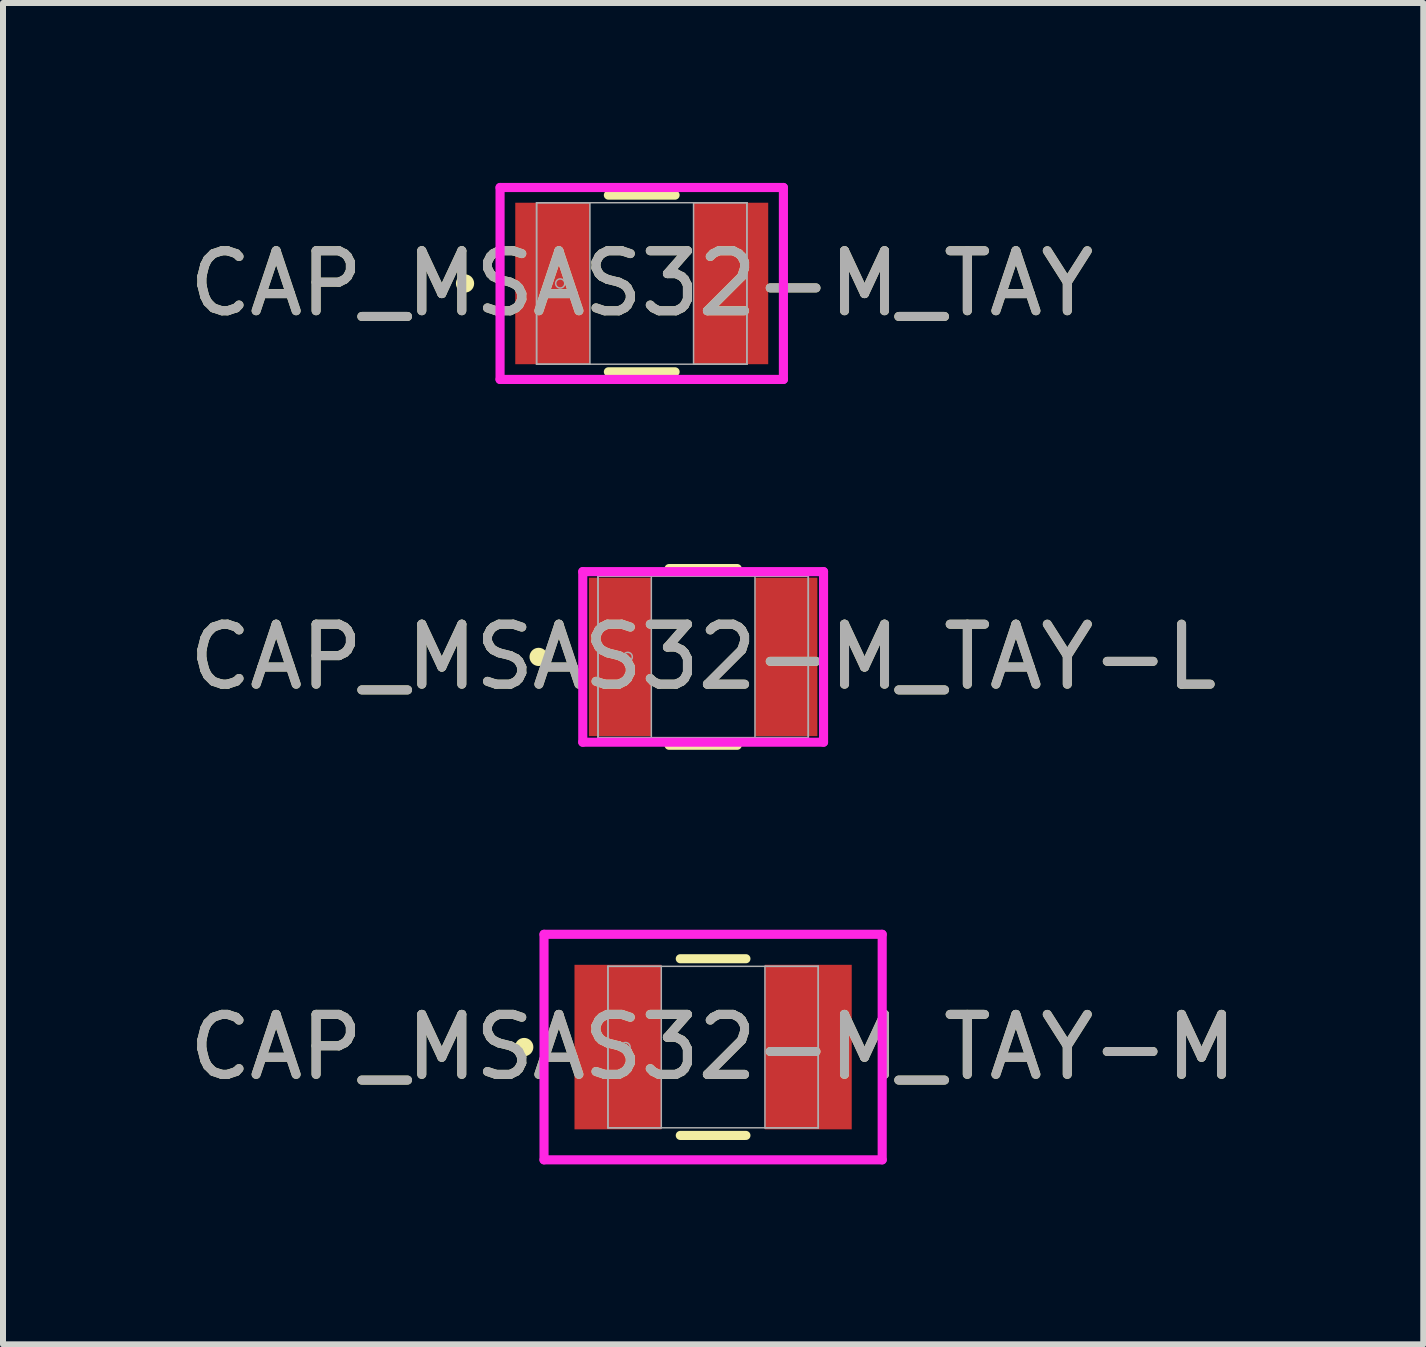
<source format=kicad_pcb>
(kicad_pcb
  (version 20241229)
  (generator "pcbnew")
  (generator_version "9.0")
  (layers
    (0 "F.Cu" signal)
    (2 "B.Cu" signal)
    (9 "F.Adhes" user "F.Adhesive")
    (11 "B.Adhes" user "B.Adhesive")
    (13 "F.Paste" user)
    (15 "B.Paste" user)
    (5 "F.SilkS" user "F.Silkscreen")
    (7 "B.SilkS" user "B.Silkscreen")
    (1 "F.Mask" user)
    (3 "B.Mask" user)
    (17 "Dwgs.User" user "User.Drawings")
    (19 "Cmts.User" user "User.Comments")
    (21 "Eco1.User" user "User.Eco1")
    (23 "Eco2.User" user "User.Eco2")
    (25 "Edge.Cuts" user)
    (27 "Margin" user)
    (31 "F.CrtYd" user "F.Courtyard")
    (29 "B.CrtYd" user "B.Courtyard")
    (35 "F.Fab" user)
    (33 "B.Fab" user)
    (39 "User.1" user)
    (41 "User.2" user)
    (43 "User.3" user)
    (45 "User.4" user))
  (footprint "CAP_MSAS32-M_TAY-M"
    (layer "F.Cu")
    (at 8.839 14.407)
    (property "Reference" "CAP_MSAS32-M_TAY-M" (at 0 0 0) (unlocked yes) (layer "F.SilkS") (effects (font (size 1 1) (thickness 0.15))))
    (attr smd)
    (fp_line (start -0.547 1.473) (end 0.547 1.473) (stroke (width 0.152) (type solid)) (layer "F.SilkS"))
    (fp_line (start 0.547 -1.473) (end -0.547 -1.473) (stroke (width 0.152) (type solid)) (layer "F.SilkS"))
    (fp_circle (center -3.15 0) (end -3.073 0) (stroke (width 0.152) (type solid)) (fill no) (layer "F.SilkS"))
    (fp_line (start -2.819 -1.88) (end 2.819 -1.88) (stroke (width 0.152) (type solid)) (layer "F.CrtYd"))
    (fp_line (start -2.819 1.88) (end -2.819 -1.88) (stroke (width 0.152) (type solid)) (layer "F.CrtYd"))
    (fp_line (start 2.819 -1.88) (end 2.819 1.88) (stroke (width 0.152) (type solid)) (layer "F.CrtYd"))
    (fp_line (start 2.819 1.88) (end -2.819 1.88) (stroke (width 0.152) (type solid)) (layer "F.CrtYd"))
    (fp_line (start -1.753 -1.346) (end -1.753 1.346) (stroke (width 0.025) (type solid)) (layer "F.Fab"))
    (fp_line (start -1.753 -1.346) (end -1.753 1.346) (stroke (width 0.025) (type solid)) (layer "F.Fab"))
    (fp_line (start -1.753 1.346) (end -0.864 1.346) (stroke (width 0.025) (type solid)) (layer "F.Fab"))
    (fp_line (start -1.753 1.346) (end 1.753 1.346) (stroke (width 0.025) (type solid)) (layer "F.Fab"))
    (fp_line (start -0.864 -1.346) (end -1.753 -1.346) (stroke (width 0.025) (type solid)) (layer "F.Fab"))
    (fp_line (start -0.864 1.346) (end -0.864 -1.346) (stroke (width 0.025) (type solid)) (layer "F.Fab"))
    (fp_line (start 0.864 -1.346) (end 0.864 1.346) (stroke (width 0.025) (type solid)) (layer "F.Fab"))
    (fp_line (start 0.864 1.346) (end 1.753 1.346) (stroke (width 0.025) (type solid)) (layer "F.Fab"))
    (fp_line (start 1.753 -1.346) (end -1.753 -1.346) (stroke (width 0.025) (type solid)) (layer "F.Fab"))
    (fp_line (start 1.753 -1.346) (end 0.864 -1.346) (stroke (width 0.025) (type solid)) (layer "F.Fab"))
    (fp_line (start 1.753 1.346) (end 1.753 -1.346) (stroke (width 0.025) (type solid)) (layer "F.Fab"))
    (fp_line (start 1.753 1.346) (end 1.753 -1.346) (stroke (width 0.025) (type solid)) (layer "F.Fab"))
    (fp_circle (center -1.46 0) (end -1.384 0) (stroke (width 0.025) (type solid)) (fill no) (layer "F.Fab"))
    (fp_text user "${REFERENCE}" (at 0 0 0) (unlocked yes) (layer "F.Fab") (effects (font (size 1 1) (thickness 0.15))))
    (pad "1" smd rect (at -1.587 0) (size 1.448 2.743) (layers "F.Cu" "F.Mask" "F.Paste"))
    (pad "2" smd rect (at 1.587 0) (size 1.448 2.743) (layers "F.Cu" "F.Mask" "F.Paste"))
    (zone (net_name "") (layer "F.Cu") (hatch full 0.508) (connect_pads) (min_thickness 0.254) (filled_areas_thickness no) (keepout (tracks not_allowed) (vias not_allowed) (pads allowed) (copperpour not_allowed) (footprints allowed)) (placement (enabled no)) (fill) (polygon (pts (xy 8.026 13.112) (xy 9.652 13.112) (xy 9.652 15.703) (xy 8.026 15.703)))))
  (footprint "CAP_MSAS32-M_TAY-L"
    (layer "F.Cu")
    (at 8.673 7.902)
    (property "Reference" "CAP_MSAS32-M_TAY-L" (at 0 0 0) (unlocked yes) (layer "F.SilkS") (effects (font (size 1 1) (thickness 0.15))))
    (attr smd)
    (fp_line (start -0.568 1.473) (end 0.568 1.473) (stroke (width 0.152) (type solid)) (layer "F.SilkS"))
    (fp_line (start 0.568 -1.473) (end -0.568 -1.473) (stroke (width 0.152) (type solid)) (layer "F.SilkS"))
    (fp_circle (center -2.743 0) (end -2.667 0) (stroke (width 0.152) (type solid)) (fill no) (layer "F.SilkS"))
    (fp_line (start -2.007 -1.422) (end 2.007 -1.422) (stroke (width 0.152) (type solid)) (layer "F.CrtYd"))
    (fp_line (start -2.007 1.422) (end -2.007 -1.422) (stroke (width 0.152) (type solid)) (layer "F.CrtYd"))
    (fp_line (start 2.007 -1.422) (end 2.007 1.422) (stroke (width 0.152) (type solid)) (layer "F.CrtYd"))
    (fp_line (start 2.007 1.422) (end -2.007 1.422) (stroke (width 0.152) (type solid)) (layer "F.CrtYd"))
    (fp_line (start -1.753 -1.346) (end -1.753 1.346) (stroke (width 0.025) (type solid)) (layer "F.Fab"))
    (fp_line (start -1.753 -1.346) (end -1.753 1.346) (stroke (width 0.025) (type solid)) (layer "F.Fab"))
    (fp_line (start -1.753 1.346) (end -0.864 1.346) (stroke (width 0.025) (type solid)) (layer "F.Fab"))
    (fp_line (start -1.753 1.346) (end 1.753 1.346) (stroke (width 0.025) (type solid)) (layer "F.Fab"))
    (fp_line (start -0.864 -1.346) (end -1.753 -1.346) (stroke (width 0.025) (type solid)) (layer "F.Fab"))
    (fp_line (start -0.864 1.346) (end -0.864 -1.346) (stroke (width 0.025) (type solid)) (layer "F.Fab"))
    (fp_line (start 0.864 -1.346) (end 0.864 1.346) (stroke (width 0.025) (type solid)) (layer "F.Fab"))
    (fp_line (start 0.864 1.346) (end 1.753 1.346) (stroke (width 0.025) (type solid)) (layer "F.Fab"))
    (fp_line (start 1.753 -1.346) (end -1.753 -1.346) (stroke (width 0.025) (type solid)) (layer "F.Fab"))
    (fp_line (start 1.753 -1.346) (end 0.864 -1.346) (stroke (width 0.025) (type solid)) (layer "F.Fab"))
    (fp_line (start 1.753 1.346) (end 1.753 -1.346) (stroke (width 0.025) (type solid)) (layer "F.Fab"))
    (fp_line (start 1.753 1.346) (end 1.753 -1.346) (stroke (width 0.025) (type solid)) (layer "F.Fab"))
    (fp_circle (center -1.257 0) (end -1.181 0) (stroke (width 0.025) (type solid)) (fill no) (layer "F.Fab"))
    (fp_text user "${REFERENCE}" (at 0 0 0) (unlocked yes) (layer "F.Fab") (effects (font (size 1 1) (thickness 0.15))))
    (pad "1" smd rect (at -1.384 0) (size 1.041 2.642) (layers "F.Cu" "F.Mask" "F.Paste"))
    (pad "2" smd rect (at 1.384 0) (size 1.041 2.642) (layers "F.Cu" "F.Mask" "F.Paste"))
    (zone (net_name "") (layer "F.Cu") (hatch full 0.508) (connect_pads) (min_thickness 0.254) (filled_areas_thickness no) (keepout (tracks not_allowed) (vias not_allowed) (pads allowed) (copperpour not_allowed) (footprints allowed)) (placement (enabled no)) (fill) (polygon (pts (xy 7.86 6.607) (xy 9.485 6.607) (xy 9.485 9.198) (xy 7.86 9.198)))))
  (footprint "CAP_MSAS32-M_TAY"
    (layer "F.Cu")
    (at 7.649 1.676)
    (property "Reference" "CAP_MSAS32-M_TAY" (at 0 0 0) (unlocked yes) (layer "F.SilkS") (effects (font (size 1 1) (thickness 0.15))))
    (attr smd)
    (fp_line (start -0.556 1.473) (end 0.556 1.473) (stroke (width 0.152) (type solid)) (layer "F.SilkS"))
    (fp_line (start 0.556 -1.473) (end -0.556 -1.473) (stroke (width 0.152) (type solid)) (layer "F.SilkS"))
    (fp_circle (center -2.946 0) (end -2.87 0) (stroke (width 0.152) (type solid)) (fill no) (layer "F.SilkS"))
    (fp_line (start -2.362 -1.6) (end 2.362 -1.6) (stroke (width 0.152) (type solid)) (layer "F.CrtYd"))
    (fp_line (start -2.362 1.6) (end -2.362 -1.6) (stroke (width 0.152) (type solid)) (layer "F.CrtYd"))
    (fp_line (start 2.362 -1.6) (end 2.362 1.6) (stroke (width 0.152) (type solid)) (layer "F.CrtYd"))
    (fp_line (start 2.362 1.6) (end -2.362 1.6) (stroke (width 0.152) (type solid)) (layer "F.CrtYd"))
    (fp_line (start -1.753 -1.346) (end -1.753 1.346) (stroke (width 0.025) (type solid)) (layer "F.Fab"))
    (fp_line (start -1.753 -1.346) (end -1.753 1.346) (stroke (width 0.025) (type solid)) (layer "F.Fab"))
    (fp_line (start -1.753 1.346) (end -0.864 1.346) (stroke (width 0.025) (type solid)) (layer "F.Fab"))
    (fp_line (start -1.753 1.346) (end 1.753 1.346) (stroke (width 0.025) (type solid)) (layer "F.Fab"))
    (fp_line (start -0.864 -1.346) (end -1.753 -1.346) (stroke (width 0.025) (type solid)) (layer "F.Fab"))
    (fp_line (start -0.864 1.346) (end -0.864 -1.346) (stroke (width 0.025) (type solid)) (layer "F.Fab"))
    (fp_line (start 0.864 -1.346) (end 0.864 1.346) (stroke (width 0.025) (type solid)) (layer "F.Fab"))
    (fp_line (start 0.864 1.346) (end 1.753 1.346) (stroke (width 0.025) (type solid)) (layer "F.Fab"))
    (fp_line (start 1.753 -1.346) (end -1.753 -1.346) (stroke (width 0.025) (type solid)) (layer "F.Fab"))
    (fp_line (start 1.753 -1.346) (end 0.864 -1.346) (stroke (width 0.025) (type solid)) (layer "F.Fab"))
    (fp_line (start 1.753 1.346) (end 1.753 -1.346) (stroke (width 0.025) (type solid)) (layer "F.Fab"))
    (fp_line (start 1.753 1.346) (end 1.753 -1.346) (stroke (width 0.025) (type solid)) (layer "F.Fab"))
    (fp_circle (center -1.359 0) (end -1.283 0) (stroke (width 0.025) (type solid)) (fill no) (layer "F.Fab"))
    (fp_text user "${REFERENCE}" (at 0 0 0) (unlocked yes) (layer "F.Fab") (effects (font (size 1 1) (thickness 0.15))))
    (pad "1" smd rect (at -1.486 0) (size 1.245 2.692) (layers "F.Cu" "F.Mask" "F.Paste"))
    (pad "2" smd rect (at 1.486 0) (size 1.245 2.692) (layers "F.Cu" "F.Mask" "F.Paste"))
    (zone (net_name "") (layer "F.Cu") (hatch full 0.508) (connect_pads) (min_thickness 0.254) (filled_areas_thickness no) (keepout (tracks not_allowed) (vias not_allowed) (pads allowed) (copperpour not_allowed) (footprints allowed)) (placement (enabled no)) (fill) (polygon (pts (xy 6.836 0.381) (xy 8.462 0.381) (xy 8.462 2.972) (xy 6.836 2.972)))))
  (gr_rect
    (start -3 -3)
    (end 20.679 19.363)
    (stroke (width 0.1) (type default))
    (fill no)
    (layer "Edge.Cuts")))
</source>
